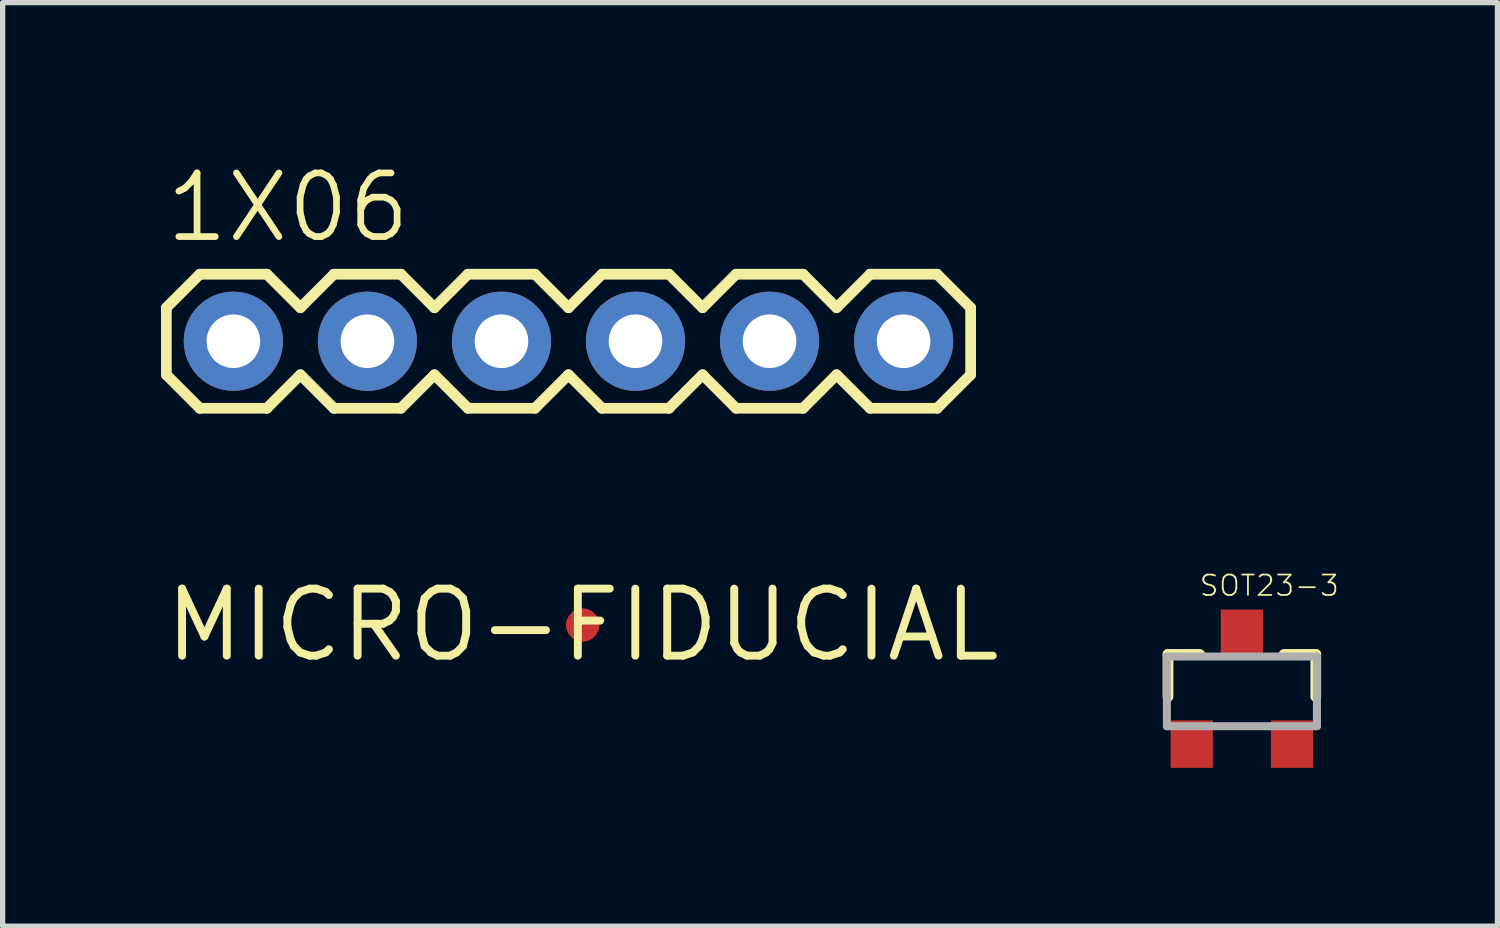
<source format=kicad_pcb>
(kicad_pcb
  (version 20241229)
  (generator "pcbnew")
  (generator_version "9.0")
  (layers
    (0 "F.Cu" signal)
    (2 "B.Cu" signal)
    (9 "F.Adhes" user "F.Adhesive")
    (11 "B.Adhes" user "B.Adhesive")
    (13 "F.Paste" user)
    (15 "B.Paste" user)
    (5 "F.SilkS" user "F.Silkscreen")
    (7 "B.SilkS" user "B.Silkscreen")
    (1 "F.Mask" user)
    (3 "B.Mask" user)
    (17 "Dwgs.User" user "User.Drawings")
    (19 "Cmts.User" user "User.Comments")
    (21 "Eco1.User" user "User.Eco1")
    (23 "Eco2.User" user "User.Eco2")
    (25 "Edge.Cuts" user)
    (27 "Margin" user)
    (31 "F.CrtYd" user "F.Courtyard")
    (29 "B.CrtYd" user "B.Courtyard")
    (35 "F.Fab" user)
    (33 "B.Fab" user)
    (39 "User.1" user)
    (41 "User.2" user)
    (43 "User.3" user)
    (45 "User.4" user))
  (footprint "1X06"
    (layer "F.Cu")
    (at 1.372 3.416)
    (property "Reference" "1X06" (at -1.346 -1.829 0) (layer "F.SilkS") (effects (font (size 1.206 1.206) (thickness 0.127)) (justify left bottom)))
    (attr through_hole)
    (fp_line (start -1.27 -0.635) (end -1.27 0.635) (stroke (width 0.203) (type solid)) (layer "F.SilkS"))
    (fp_line (start -1.27 0.635) (end -0.635 1.27) (stroke (width 0.203) (type solid)) (layer "F.SilkS"))
    (fp_line (start -0.635 -1.27) (end -1.27 -0.635) (stroke (width 0.203) (type solid)) (layer "F.SilkS"))
    (fp_line (start -0.635 -1.27) (end 0.635 -1.27) (stroke (width 0.203) (type solid)) (layer "F.SilkS"))
    (fp_line (start 0.635 -1.27) (end 1.27 -0.635) (stroke (width 0.203) (type solid)) (layer "F.SilkS"))
    (fp_line (start 0.635 1.27) (end -0.635 1.27) (stroke (width 0.203) (type solid)) (layer "F.SilkS"))
    (fp_line (start 1.27 -0.635) (end 1.905 -1.27) (stroke (width 0.203) (type solid)) (layer "F.SilkS"))
    (fp_line (start 1.27 0.635) (end 0.635 1.27) (stroke (width 0.203) (type solid)) (layer "F.SilkS"))
    (fp_line (start 1.905 -1.27) (end 3.175 -1.27) (stroke (width 0.203) (type solid)) (layer "F.SilkS"))
    (fp_line (start 1.905 1.27) (end 1.27 0.635) (stroke (width 0.203) (type solid)) (layer "F.SilkS"))
    (fp_line (start 3.175 -1.27) (end 3.81 -0.635) (stroke (width 0.203) (type solid)) (layer "F.SilkS"))
    (fp_line (start 3.175 1.27) (end 1.905 1.27) (stroke (width 0.203) (type solid)) (layer "F.SilkS"))
    (fp_line (start 3.81 -0.635) (end 4.445 -1.27) (stroke (width 0.203) (type solid)) (layer "F.SilkS"))
    (fp_line (start 3.81 0.635) (end 3.175 1.27) (stroke (width 0.203) (type solid)) (layer "F.SilkS"))
    (fp_line (start 4.445 -1.27) (end 5.715 -1.27) (stroke (width 0.203) (type solid)) (layer "F.SilkS"))
    (fp_line (start 4.445 1.27) (end 3.81 0.635) (stroke (width 0.203) (type solid)) (layer "F.SilkS"))
    (fp_line (start 5.715 -1.27) (end 6.35 -0.635) (stroke (width 0.203) (type solid)) (layer "F.SilkS"))
    (fp_line (start 5.715 1.27) (end 4.445 1.27) (stroke (width 0.203) (type solid)) (layer "F.SilkS"))
    (fp_line (start 6.35 0.635) (end 5.715 1.27) (stroke (width 0.203) (type solid)) (layer "F.SilkS"))
    (fp_line (start 6.35 0.635) (end 6.985 1.27) (stroke (width 0.203) (type solid)) (layer "F.SilkS"))
    (fp_line (start 6.985 -1.27) (end 6.35 -0.635) (stroke (width 0.203) (type solid)) (layer "F.SilkS"))
    (fp_line (start 6.985 -1.27) (end 8.255 -1.27) (stroke (width 0.203) (type solid)) (layer "F.SilkS"))
    (fp_line (start 8.255 -1.27) (end 8.89 -0.635) (stroke (width 0.203) (type solid)) (layer "F.SilkS"))
    (fp_line (start 8.255 1.27) (end 6.985 1.27) (stroke (width 0.203) (type solid)) (layer "F.SilkS"))
    (fp_line (start 8.89 -0.635) (end 9.525 -1.27) (stroke (width 0.203) (type solid)) (layer "F.SilkS"))
    (fp_line (start 8.89 0.635) (end 8.255 1.27) (stroke (width 0.203) (type solid)) (layer "F.SilkS"))
    (fp_line (start 9.525 -1.27) (end 10.795 -1.27) (stroke (width 0.203) (type solid)) (layer "F.SilkS"))
    (fp_line (start 9.525 1.27) (end 8.89 0.635) (stroke (width 0.203) (type solid)) (layer "F.SilkS"))
    (fp_line (start 10.795 -1.27) (end 11.43 -0.635) (stroke (width 0.203) (type solid)) (layer "F.SilkS"))
    (fp_line (start 10.795 1.27) (end 9.525 1.27) (stroke (width 0.203) (type solid)) (layer "F.SilkS"))
    (fp_line (start 11.43 -0.635) (end 12.065 -1.27) (stroke (width 0.203) (type solid)) (layer "F.SilkS"))
    (fp_line (start 11.43 0.635) (end 10.795 1.27) (stroke (width 0.203) (type solid)) (layer "F.SilkS"))
    (fp_line (start 12.065 -1.27) (end 13.335 -1.27) (stroke (width 0.203) (type solid)) (layer "F.SilkS"))
    (fp_line (start 12.065 1.27) (end 11.43 0.635) (stroke (width 0.203) (type solid)) (layer "F.SilkS"))
    (fp_line (start 13.335 -1.27) (end 13.97 -0.635) (stroke (width 0.203) (type solid)) (layer "F.SilkS"))
    (fp_line (start 13.335 1.27) (end 12.065 1.27) (stroke (width 0.203) (type solid)) (layer "F.SilkS"))
    (fp_line (start 13.97 -0.635) (end 13.97 0.635) (stroke (width 0.203) (type solid)) (layer "F.SilkS"))
    (fp_line (start 13.97 0.635) (end 13.335 1.27) (stroke (width 0.203) (type solid)) (layer "F.SilkS"))
    (fp_poly (pts (xy -0.254 0.254) (xy 0.254 0.254) (xy 0.254 -0.254) (xy -0.254 -0.254)) (stroke (width 0.1) (type solid)) (fill no) (layer "F.Fab"))
    (fp_poly (pts (xy 2.286 0.254) (xy 2.794 0.254) (xy 2.794 -0.254) (xy 2.286 -0.254)) (stroke (width 0.1) (type solid)) (fill no) (layer "F.Fab"))
    (fp_poly (pts (xy 4.826 0.254) (xy 5.334 0.254) (xy 5.334 -0.254) (xy 4.826 -0.254)) (stroke (width 0.1) (type solid)) (fill no) (layer "F.Fab"))
    (fp_poly (pts (xy 7.366 0.254) (xy 7.874 0.254) (xy 7.874 -0.254) (xy 7.366 -0.254)) (stroke (width 0.1) (type solid)) (fill no) (layer "F.Fab"))
    (fp_poly (pts (xy 9.906 0.254) (xy 10.414 0.254) (xy 10.414 -0.254) (xy 9.906 -0.254)) (stroke (width 0.1) (type solid)) (fill no) (layer "F.Fab"))
    (fp_poly (pts (xy 12.446 0.254) (xy 12.954 0.254) (xy 12.954 -0.254) (xy 12.446 -0.254)) (stroke (width 0.1) (type solid)) (fill no) (layer "F.Fab"))
    (pad "1" thru_hole circle (at 0 0 90) (size 1.88 1.88) (drill 1.016) (layers "*.Cu" "*.Mask"))
    (pad "2" thru_hole circle (at 2.54 0 90) (size 1.88 1.88) (drill 1.016) (layers "*.Cu" "*.Mask"))
    (pad "3" thru_hole circle (at 5.08 0 90) (size 1.88 1.88) (drill 1.016) (layers "*.Cu" "*.Mask"))
    (pad "4" thru_hole circle (at 7.62 0 90) (size 1.88 1.88) (drill 1.016) (layers "*.Cu" "*.Mask"))
    (pad "5" thru_hole circle (at 10.16 0 90) (size 1.88 1.88) (drill 1.016) (layers "*.Cu" "*.Mask"))
    (pad "6" thru_hole circle (at 12.7 0 90) (size 1.88 1.88) (drill 1.016) (layers "*.Cu" "*.Mask")))
  (footprint "MICRO-FIDUCIAL"
    (layer "F.Cu")
    (at 7.99 8.794)
    (property "Reference" "MICRO-FIDUCIAL" (at 0 0 0) (layer "F.SilkS") (effects (font (size 1.27 1.27) (thickness 0.15))))
    (attr through_hole)
    (pad "1" smd roundrect (at 0 0) (size 0.635 0.635) (layers "F.Cu" "F.Mask") (roundrect_rratio 0.5)))
  (footprint "SOT23-3"
    (layer "F.Cu")
    (at 20.482 10.05)
    (property "Reference" "SOT23-3" (at -0.826 -1.778 0) (layer "F.SilkS") (effects (font (size 0.386 0.386) (thickness 0.033)) (justify left bottom)))
    (attr through_hole)
    (fp_line (start -1.4 -0.7) (end -1.4 0.1) (stroke (width 0.203) (type solid)) (layer "F.SilkS"))
    (fp_line (start -0.8 -0.7) (end -1.4 -0.7) (stroke (width 0.203) (type solid)) (layer "F.SilkS"))
    (fp_line (start 0.8 -0.7) (end 1.4 -0.7) (stroke (width 0.203) (type solid)) (layer "F.SilkS"))
    (fp_line (start 1.4 -0.7) (end 1.4 0.1) (stroke (width 0.203) (type solid)) (layer "F.SilkS"))
    (fp_line (start -1.422 -0.66) (end 1.422 -0.66) (stroke (width 0.152) (type solid)) (layer "F.Fab"))
    (fp_line (start -1.422 0.66) (end -1.422 -0.66) (stroke (width 0.152) (type solid)) (layer "F.Fab"))
    (fp_line (start 1.422 -0.66) (end 1.422 0.66) (stroke (width 0.152) (type solid)) (layer "F.Fab"))
    (fp_line (start 1.422 0.66) (end -1.422 0.66) (stroke (width 0.152) (type solid)) (layer "F.Fab"))
    (pad "1" smd rect (at -0.95 1) (size 0.8 0.9) (layers "F.Cu" "F.Mask" "F.Paste"))
    (pad "2" smd rect (at 0.95 1) (size 0.8 0.9) (layers "F.Cu" "F.Mask" "F.Paste"))
    (pad "3" smd rect (at 0 -1.1) (size 0.8 0.9) (layers "F.Cu" "F.Mask" "F.Paste")))
  (gr_rect
    (start -3 -3)
    (end 25.324 14.5)
    (stroke (width 0.1) (type default))
    (fill no)
    (layer "Edge.Cuts")))
</source>
